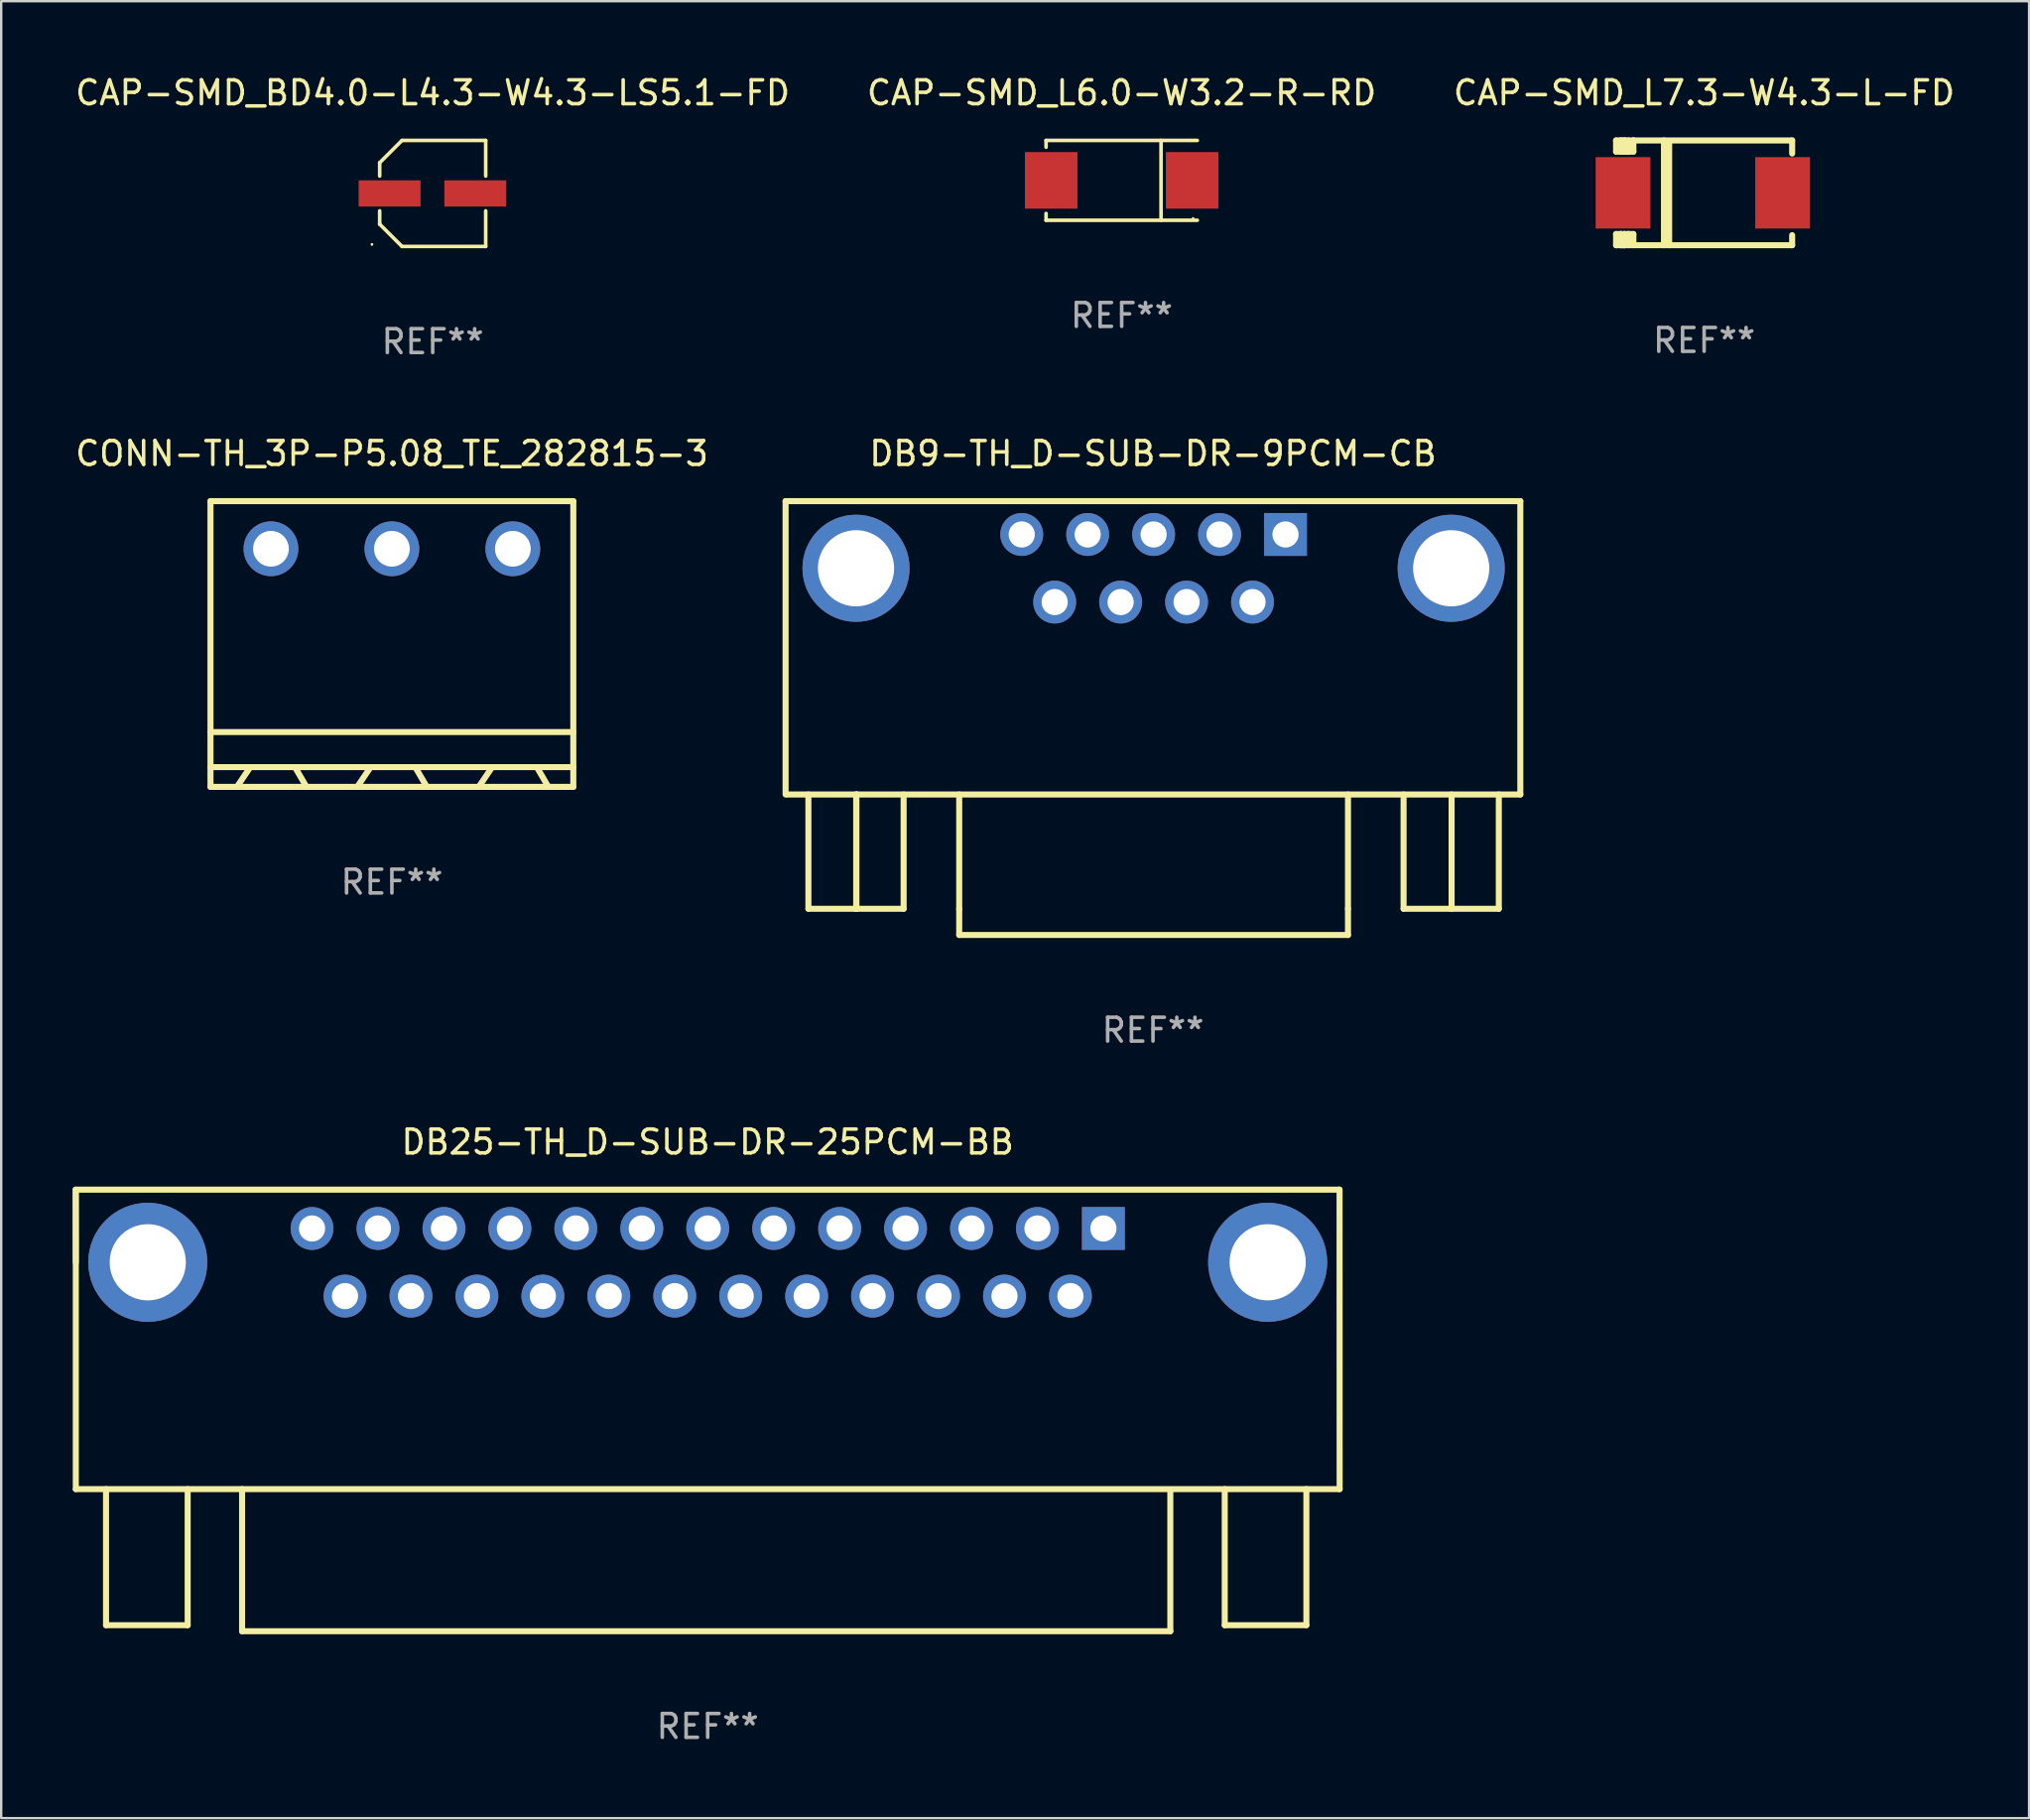
<source format=kicad_pcb>
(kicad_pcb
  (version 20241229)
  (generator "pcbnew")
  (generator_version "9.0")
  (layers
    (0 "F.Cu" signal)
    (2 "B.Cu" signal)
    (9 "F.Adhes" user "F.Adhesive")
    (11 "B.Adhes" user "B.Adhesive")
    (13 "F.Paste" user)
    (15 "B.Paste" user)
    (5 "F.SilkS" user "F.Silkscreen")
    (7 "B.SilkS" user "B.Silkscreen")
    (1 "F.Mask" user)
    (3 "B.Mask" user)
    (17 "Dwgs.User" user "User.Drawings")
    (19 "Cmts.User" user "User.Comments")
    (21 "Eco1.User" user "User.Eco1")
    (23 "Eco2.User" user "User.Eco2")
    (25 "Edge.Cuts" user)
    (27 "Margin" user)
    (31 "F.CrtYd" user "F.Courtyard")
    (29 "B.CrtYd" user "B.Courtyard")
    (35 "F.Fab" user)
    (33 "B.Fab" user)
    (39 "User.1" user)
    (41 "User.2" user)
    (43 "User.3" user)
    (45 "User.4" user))
  (footprint "DB9-TH_D-SUB-DR-9PCM-CB"
    (layer "F.Cu")
    (at 45.406 20.815)
    (property "Reference" "DB9-TH_D-SUB-DR-9PCM-CB" (at -0.026 -4.819 0) (layer "F.SilkS") (effects (font (size 1 1) (thickness 0.15))))
    (attr through_hole)
    (fp_line (start -15.458 -2.819) (end 15.403 -2.819) (stroke (width 0.254) (type solid)) (layer "F.SilkS"))
    (fp_line (start -15.458 9.5) (end -15.458 -2.819) (stroke (width 0.254) (type solid)) (layer "F.SilkS"))
    (fp_line (start -14.5 14.3) (end -14.5 9.5) (stroke (width 0.254) (type solid)) (layer "F.SilkS"))
    (fp_line (start -14.5 14.3) (end -10.5 14.3) (stroke (width 0.254) (type solid)) (layer "F.SilkS"))
    (fp_line (start -12.493 9.5) (end -12.493 14.3) (stroke (width 0.254) (type solid)) (layer "F.SilkS"))
    (fp_line (start -12.483 9.5) (end -12.483 14.3) (stroke (width 0.254) (type solid)) (layer "F.SilkS"))
    (fp_line (start -12.474 9.5) (end -12.493 9.5) (stroke (width 0.254) (type solid)) (layer "F.SilkS"))
    (fp_line (start -10.5 14.3) (end -10.5 9.5) (stroke (width 0.254) (type solid)) (layer "F.SilkS"))
    (fp_line (start -8.165 14.3) (end -8.165 9.5) (stroke (width 0.254) (type solid)) (layer "F.SilkS"))
    (fp_line (start -8.165 14.3) (end -8.165 15.4) (stroke (width 0.254) (type solid)) (layer "F.SilkS"))
    (fp_line (start -8.165 15.4) (end 8.165 15.4) (stroke (width 0.254) (type solid)) (layer "F.SilkS"))
    (fp_line (start 8.165 14.3) (end 8.165 9.5) (stroke (width 0.254) (type solid)) (layer "F.SilkS"))
    (fp_line (start 8.165 14.3) (end 8.165 15.4) (stroke (width 0.254) (type solid)) (layer "F.SilkS"))
    (fp_line (start 10.5 14.3) (end 10.5 9.5) (stroke (width 0.254) (type solid)) (layer "F.SilkS"))
    (fp_line (start 10.5 14.3) (end 14.5 14.3) (stroke (width 0.254) (type solid)) (layer "F.SilkS"))
    (fp_line (start 12.517 9.5) (end 12.517 14.3) (stroke (width 0.254) (type solid)) (layer "F.SilkS"))
    (fp_line (start 14.5 14.3) (end 14.5 9.5) (stroke (width 0.254) (type solid)) (layer "F.SilkS"))
    (fp_line (start 15.403 -2.819) (end 15.403 9.5) (stroke (width 0.254) (type solid)) (layer "F.SilkS"))
    (fp_line (start 15.405 9.5) (end -15.405 9.5) (stroke (width 0.254) (type solid)) (layer "F.SilkS"))
    (fp_circle (center 15.405 -2.85) (end 15.435 -2.85) (stroke (width 0.06) (type solid)) (fill no) (layer "F.SilkS"))
    (fp_text user "REF**" (at -0.026 19.4 0) (layer "F.Fab") (effects (font (size 1 1) (thickness 0.15))))
    (pad "1" thru_hole rect (at 5.54 -1.42) (size 1.8 1.8) (drill 1.1) (layers "*.Cu" "*.Mask"))
    (pad "2" thru_hole circle (at 2.77 -1.42) (size 1.8 1.8) (drill 1.1) (layers "*.Cu" "*.Mask"))
    (pad "3" thru_hole circle (at 0.000127 -1.42) (size 1.8 1.8) (drill 1.1) (layers "*.Cu" "*.Mask"))
    (pad "4" thru_hole circle (at -2.77 -1.42) (size 1.8 1.8) (drill 1.1) (layers "*.Cu" "*.Mask"))
    (pad "5" thru_hole circle (at -5.54 -1.42) (size 1.8 1.8) (drill 1.1) (layers "*.Cu" "*.Mask"))
    (pad "6" thru_hole circle (at 4.155 1.42) (size 1.8 1.8) (drill 1.1) (layers "*.Cu" "*.Mask"))
    (pad "7" thru_hole circle (at 1.385 1.42) (size 1.8 1.8) (drill 1.1) (layers "*.Cu" "*.Mask"))
    (pad "8" thru_hole circle (at -1.385 1.42) (size 1.8 1.8) (drill 1.1) (layers "*.Cu" "*.Mask"))
    (pad "9" thru_hole circle (at -4.155 1.42) (size 1.8 1.8) (drill 1.1) (layers "*.Cu" "*.Mask"))
    (pad "10" thru_hole circle (at -12.5 0.000127) (size 4.5 4.5) (drill 3.2) (layers "*.Cu" "*.Mask"))
    (pad "11" thru_hole circle (at 12.5 0.000127) (size 4.5 4.5) (drill 3.2) (layers "*.Cu" "*.Mask")))
  (footprint "DB25-TH_D-SUB-DR-25PCM-BB"
    (layer "F.Cu")
    (at 26.677 49.961)
    (property "Reference" "DB25-TH_D-SUB-DR-25PCM-BB" (at -0.003 -5.05 0) (layer "F.SilkS") (effects (font (size 1 1) (thickness 0.15))))
    (attr through_hole)
    (fp_line (start -26.55 -3.05) (end 26.536 -3.05) (stroke (width 0.254) (type solid)) (layer "F.SilkS"))
    (fp_line (start -26.543 0) (end -26.55 -3.05) (stroke (width 0.254) (type solid)) (layer "F.SilkS"))
    (fp_line (start -26.543 9.525) (end -26.543 -2.921) (stroke (width 0.254) (type solid)) (layer "F.SilkS"))
    (fp_line (start -25.273 9.525) (end -25.273 15.24) (stroke (width 0.254) (type solid)) (layer "F.SilkS"))
    (fp_line (start -25.273 15.24) (end -21.844 15.24) (stroke (width 0.254) (type solid)) (layer "F.SilkS"))
    (fp_line (start -21.844 15.24) (end -21.844 9.525) (stroke (width 0.254) (type solid)) (layer "F.SilkS"))
    (fp_line (start -19.558 9.525) (end -19.558 15.494) (stroke (width 0.254) (type solid)) (layer "F.SilkS"))
    (fp_line (start -19.558 15.494) (end 19.431 15.494) (stroke (width 0.254) (type solid)) (layer "F.SilkS"))
    (fp_line (start 19.431 15.494) (end 19.431 9.652) (stroke (width 0.254) (type solid)) (layer "F.SilkS"))
    (fp_line (start 21.717 15.24) (end 21.717 9.525) (stroke (width 0.254) (type solid)) (layer "F.SilkS"))
    (fp_line (start 25.146 9.525) (end 25.146 15.24) (stroke (width 0.254) (type solid)) (layer "F.SilkS"))
    (fp_line (start 25.146 15.24) (end 21.717 15.24) (stroke (width 0.254) (type solid)) (layer "F.SilkS"))
    (fp_line (start 26.54 -3.05) (end 26.543 9.525) (stroke (width 0.254) (type solid)) (layer "F.SilkS"))
    (fp_line (start 26.543 9.525) (end -26.543 9.525) (stroke (width 0.254) (type solid)) (layer "F.SilkS"))
    (fp_circle (center 26.5 -3.12) (end 26.53 -3.12) (stroke (width 0.06) (type solid)) (fill no) (layer "F.SilkS"))
    (fp_text user "REF**" (at -0.003 19.494 0) (layer "F.Fab") (effects (font (size 1 1) (thickness 0.15))))
    (pad "1" thru_hole rect (at 16.62 -1.42) (size 1.8 1.8) (drill 1.1) (layers "*.Cu" "*.Mask"))
    (pad "2" thru_hole circle (at 13.85 -1.42) (size 1.8 1.8) (drill 1.1) (layers "*.Cu" "*.Mask"))
    (pad "3" thru_hole circle (at 11.08 -1.42) (size 1.8 1.8) (drill 1.1) (layers "*.Cu" "*.Mask"))
    (pad "4" thru_hole circle (at 8.31 -1.42) (size 1.8 1.8) (drill 1.1) (layers "*.Cu" "*.Mask"))
    (pad "5" thru_hole circle (at 5.54 -1.42) (size 1.8 1.8) (drill 1.1) (layers "*.Cu" "*.Mask"))
    (pad "6" thru_hole circle (at 2.77 -1.42) (size 1.8 1.8) (drill 1.1) (layers "*.Cu" "*.Mask"))
    (pad "7" thru_hole circle (at 0.000025 -1.42) (size 1.8 1.8) (drill 1.1) (layers "*.Cu" "*.Mask"))
    (pad "8" thru_hole circle (at -2.77 -1.42) (size 1.8 1.8) (drill 1.1) (layers "*.Cu" "*.Mask"))
    (pad "9" thru_hole circle (at -5.54 -1.42) (size 1.8 1.8) (drill 1.1) (layers "*.Cu" "*.Mask"))
    (pad "10" thru_hole circle (at -8.31 -1.42) (size 1.8 1.8) (drill 1.1) (layers "*.Cu" "*.Mask"))
    (pad "11" thru_hole circle (at -11.08 -1.42) (size 1.8 1.8) (drill 1.1) (layers "*.Cu" "*.Mask"))
    (pad "12" thru_hole circle (at -13.85 -1.42) (size 1.8 1.8) (drill 1.1) (layers "*.Cu" "*.Mask"))
    (pad "13" thru_hole circle (at -16.62 -1.42) (size 1.8 1.8) (drill 1.1) (layers "*.Cu" "*.Mask"))
    (pad "14" thru_hole circle (at 15.235 1.42) (size 1.8 1.8) (drill 1.1) (layers "*.Cu" "*.Mask"))
    (pad "15" thru_hole circle (at 12.465 1.42) (size 1.8 1.8) (drill 1.1) (layers "*.Cu" "*.Mask"))
    (pad "16" thru_hole circle (at 9.695 1.42) (size 1.8 1.8) (drill 1.1) (layers "*.Cu" "*.Mask"))
    (pad "17" thru_hole circle (at 6.925 1.42) (size 1.8 1.8) (drill 1.1) (layers "*.Cu" "*.Mask"))
    (pad "18" thru_hole circle (at 4.155 1.42) (size 1.8 1.8) (drill 1.1) (layers "*.Cu" "*.Mask"))
    (pad "19" thru_hole circle (at 1.385 1.42) (size 1.8 1.8) (drill 1.1) (layers "*.Cu" "*.Mask"))
    (pad "20" thru_hole circle (at -1.385 1.42) (size 1.8 1.8) (drill 1.1) (layers "*.Cu" "*.Mask"))
    (pad "21" thru_hole circle (at -4.155 1.42) (size 1.8 1.8) (drill 1.1) (layers "*.Cu" "*.Mask"))
    (pad "22" thru_hole circle (at -6.925 1.42) (size 1.8 1.8) (drill 1.1) (layers "*.Cu" "*.Mask"))
    (pad "23" thru_hole circle (at -9.695 1.42) (size 1.8 1.8) (drill 1.1) (layers "*.Cu" "*.Mask"))
    (pad "24" thru_hole circle (at -12.465 1.42) (size 1.8 1.8) (drill 1.1) (layers "*.Cu" "*.Mask"))
    (pad "25" thru_hole circle (at -15.235 1.42) (size 1.8 1.8) (drill 1.1) (layers "*.Cu" "*.Mask"))
    (pad "26" thru_hole circle (at 23.52 0.000127) (size 5 5) (drill 3.2) (layers "*.Cu" "*.Mask"))
    (pad "27" thru_hole circle (at -23.52 0.000127) (size 5 5) (drill 3.2) (layers "*.Cu" "*.Mask")))
  (footprint "CAP-SMD_BD4.0-L4.3-W4.3-LS5.1-FD"
    (layer "F.Cu")
    (at 15.115 5.074)
    (property "Reference" "CAP-SMD_BD4.0-L4.3-W4.3-LS5.1-FD" (at 0.01 -4.226 0) (layer "F.SilkS") (effects (font (size 1 1) (thickness 0.15))))
    (attr smd)
    (fp_line (start -2.217 -1.29) (end -2.217 -0.73) (stroke (width 0.152) (type solid)) (layer "F.SilkS"))
    (fp_line (start -2.217 0.73) (end -2.217 1.29) (stroke (width 0.152) (type solid)) (layer "F.SilkS"))
    (fp_line (start -2.217 1.29) (end -2.217 1.29) (stroke (width 0.152) (type solid)) (layer "F.SilkS"))
    (fp_line (start -1.28 -2.226) (end -2.217 -1.29) (stroke (width 0.152) (type solid)) (layer "F.SilkS"))
    (fp_line (start -1.28 2.225) (end -2.217 1.29) (stroke (width 0.152) (type solid)) (layer "F.SilkS"))
    (fp_line (start 2.236 -2.226) (end -1.28 -2.226) (stroke (width 0.152) (type solid)) (layer "F.SilkS"))
    (fp_line (start 2.236 -0.73) (end 2.236 -2.226) (stroke (width 0.152) (type solid)) (layer "F.SilkS"))
    (fp_line (start 2.236 2.225) (end -1.28 2.225) (stroke (width 0.152) (type solid)) (layer "F.SilkS"))
    (fp_line (start 2.236 2.225) (end 2.236 0.73) (stroke (width 0.152) (type solid)) (layer "F.SilkS"))
    (fp_circle (center -2.541 2.141) (end -2.511 2.141) (stroke (width 0.06) (type solid)) (fill no) (layer "F.SilkS"))
    (fp_text user "REF**" (at 0.01 6.225 0) (layer "F.Fab") (effects (font (size 1 1) (thickness 0.15))))
    (pad "1" smd rect (at -1.8 0) (size 2.6 1.1) (layers "F.Cu" "F.Mask" "F.Paste"))
    (pad "2" smd rect (at 1.8 0) (size 2.6 1.1) (layers "F.Cu" "F.Mask" "F.Paste")))
  (footprint "CONN-TH_3P-P5.08_TE_282815-3"
    (layer "F.Cu")
    (at 13.411 19.996)
    (property "Reference" "CONN-TH_3P-P5.08_TE_282815-3" (at 0 -4 0) (layer "F.SilkS") (effects (font (size 1 1) (thickness 0.15))))
    (attr through_hole)
    (fp_line (start -7.62 -2) (end 7.62 -2) (stroke (width 0.254) (type solid)) (layer "F.SilkS"))
    (fp_line (start -7.62 7.698) (end 7.62 7.698) (stroke (width 0.254) (type solid)) (layer "F.SilkS"))
    (fp_line (start -7.62 9.171) (end 7.62 9.171) (stroke (width 0.254) (type solid)) (layer "F.SilkS"))
    (fp_line (start -7.62 10) (end -7.62 -2) (stroke (width 0.254) (type solid)) (layer "F.SilkS"))
    (fp_line (start -7.62 10) (end 7.62 10) (stroke (width 0.254) (type solid)) (layer "F.SilkS"))
    (fp_line (start -5.951 9.171) (end -6.51 10) (stroke (width 0.254) (type solid)) (layer "F.SilkS"))
    (fp_line (start -4.071 9.171) (end -3.589 10) (stroke (width 0.254) (type solid)) (layer "F.SilkS"))
    (fp_line (start -0.896 9.171) (end -1.455 10) (stroke (width 0.254) (type solid)) (layer "F.SilkS"))
    (fp_line (start 0.983 9.171) (end 1.466 10) (stroke (width 0.254) (type solid)) (layer "F.SilkS"))
    (fp_line (start 4.209 9.171) (end 3.65 10) (stroke (width 0.254) (type solid)) (layer "F.SilkS"))
    (fp_line (start 6.089 9.171) (end 6.571 10) (stroke (width 0.254) (type solid)) (layer "F.SilkS"))
    (fp_line (start 7.62 10) (end 7.62 -2) (stroke (width 0.254) (type solid)) (layer "F.SilkS"))
    (fp_text user "REF**" (at 0 14 0) (layer "F.Fab") (effects (font (size 1 1) (thickness 0.15))))
    (pad "1" thru_hole circle (at -5.08 0) (size 2.3 2.3) (drill 1.5) (layers "*.Cu" "*.Mask"))
    (pad "2" thru_hole circle (at 0 0) (size 2.3 2.3) (drill 1.5) (layers "*.Cu" "*.Mask"))
    (pad "3" thru_hole circle (at 5.08 0) (size 2.3 2.3) (drill 1.5) (layers "*.Cu" "*.Mask")))
  (footprint "CAP-SMD_L6.0-W3.2-R-RD"
    (layer "F.Cu")
    (at 44.065 4.524)
    (property "Reference" "CAP-SMD_L6.0-W3.2-R-RD" (at 0 -3.676 0) (layer "F.SilkS") (effects (font (size 1 1) (thickness 0.15))))
    (attr smd)
    (fp_line (start -3.176 -1.676) (end -3.176 -1.391) (stroke (width 0.152) (type solid)) (layer "F.SilkS"))
    (fp_line (start -3.176 -1.676) (end 3.176 -1.676) (stroke (width 0.152) (type solid)) (layer "F.SilkS"))
    (fp_line (start -3.176 1.676) (end -3.176 1.391) (stroke (width 0.152) (type solid)) (layer "F.SilkS"))
    (fp_line (start -3.176 1.676) (end 3.176 1.676) (stroke (width 0.152) (type solid)) (layer "F.SilkS"))
    (fp_line (start 1.654 -1.676) (end 1.654 1.676) (stroke (width 0.152) (type solid)) (layer "F.SilkS"))
    (fp_circle (center 3 1.6) (end 3.03 1.6) (stroke (width 0.06) (type solid)) (fill no) (layer "F.SilkS"))
    (fp_text user "REF**" (at 0 5.676 0) (layer "F.Fab") (effects (font (size 1 1) (thickness 0.15))))
    (pad "1" smd rect (at 2.961 0) (size 2.207 2.376) (layers "F.Cu" "F.Mask" "F.Paste"))
    (pad "2" smd rect (at -2.961 0) (size 2.207 2.376) (layers "F.Cu" "F.Mask" "F.Paste")))
  (footprint "CAP-SMD_L7.3-W4.3-L-FD"
    (layer "F.Cu")
    (at 68.475 5.048)
    (property "Reference" "CAP-SMD_L7.3-W4.3-L-FD" (at 0.055 -4.2 0) (layer "F.SilkS") (effects (font (size 1 1) (thickness 0.15))))
    (attr smd)
    (fp_line (start -3.643 -2.2) (end -3.448 -2.2) (stroke (width 0.254) (type solid)) (layer "F.SilkS"))
    (fp_line (start -3.643 -1.731) (end -3.643 -2.2) (stroke (width 0.254) (type solid)) (layer "F.SilkS"))
    (fp_line (start -3.643 -1.731) (end -3.448 -1.731) (stroke (width 0.254) (type solid)) (layer "F.SilkS"))
    (fp_line (start -3.643 1.731) (end -3.448 1.731) (stroke (width 0.254) (type solid)) (layer "F.SilkS"))
    (fp_line (start -3.643 2.2) (end -3.643 1.731) (stroke (width 0.254) (type solid)) (layer "F.SilkS"))
    (fp_line (start -3.605 2.2) (end -3.643 2.2) (stroke (width 0.254) (type solid)) (layer "F.SilkS"))
    (fp_line (start -3.605 2.2) (end -3.292 2.2) (stroke (width 0.254) (type solid)) (layer "F.SilkS"))
    (fp_line (start -3.448 -2.2) (end 3.752 -2.2) (stroke (width 0.254) (type solid)) (layer "F.SilkS"))
    (fp_line (start -3.448 -1.731) (end -3.448 -2.2) (stroke (width 0.254) (type solid)) (layer "F.SilkS"))
    (fp_line (start -3.448 1.731) (end -3.448 1.778) (stroke (width 0.254) (type solid)) (layer "F.SilkS"))
    (fp_line (start -3.448 1.731) (end -3.123 1.731) (stroke (width 0.254) (type solid)) (layer "F.SilkS"))
    (fp_line (start -3.448 1.778) (end -3.448 1.731) (stroke (width 0.254) (type solid)) (layer "F.SilkS"))
    (fp_line (start -3.448 2.2) (end -3.448 1.778) (stroke (width 0.254) (type solid)) (layer "F.SilkS"))
    (fp_line (start -3.448 2.2) (end 3.752 2.2) (stroke (width 0.254) (type solid)) (layer "F.SilkS"))
    (fp_line (start -3.312 -2.2) (end -3.312 -1.731) (stroke (width 0.254) (type solid)) (layer "F.SilkS"))
    (fp_line (start -3.292 1.731) (end -3.292 2.2) (stroke (width 0.254) (type solid)) (layer "F.SilkS"))
    (fp_line (start -3.292 2.2) (end -3.292 2.2) (stroke (width 0.254) (type solid)) (layer "F.SilkS"))
    (fp_line (start -3.277 1.731) (end -3.292 1.731) (stroke (width 0.254) (type solid)) (layer "F.SilkS"))
    (fp_line (start -3.249 -2.2) (end -3.312 -2.2) (stroke (width 0.254) (type solid)) (layer "F.SilkS"))
    (fp_line (start -3.125 -1.731) (end -3.125 -1.731) (stroke (width 0.254) (type solid)) (layer "F.SilkS"))
    (fp_line (start -3.125 1.731) (end -3.125 2.2) (stroke (width 0.254) (type solid)) (layer "F.SilkS"))
    (fp_line (start -3.123 -1.731) (end -3.448 -1.731) (stroke (width 0.254) (type solid)) (layer "F.SilkS"))
    (fp_line (start -3.123 -1.731) (end -3.125 -1.731) (stroke (width 0.254) (type solid)) (layer "F.SilkS"))
    (fp_line (start -3.123 -1.731) (end -3.123 -2.2) (stroke (width 0.254) (type solid)) (layer "F.SilkS"))
    (fp_line (start -3.123 1.731) (end -3.123 1.731) (stroke (width 0.254) (type solid)) (layer "F.SilkS"))
    (fp_line (start -2.917 -2.2) (end -2.917 -1.731) (stroke (width 0.254) (type solid)) (layer "F.SilkS"))
    (fp_line (start -2.917 -1.731) (end -3.448 -1.731) (stroke (width 0.254) (type solid)) (layer "F.SilkS"))
    (fp_line (start -2.917 1.731) (end -3.125 1.731) (stroke (width 0.254) (type solid)) (layer "F.SilkS"))
    (fp_line (start -2.917 1.731) (end -2.917 2.2) (stroke (width 0.254) (type solid)) (layer "F.SilkS"))
    (fp_line (start -2.902 -2.2) (end -2.917 -2.2) (stroke (width 0.254) (type solid)) (layer "F.SilkS"))
    (fp_line (start -1.632 -2.2) (end -1.632 2.2) (stroke (width 0.254) (type solid)) (layer "F.SilkS"))
    (fp_line (start -1.414 -2.159) (end -1.414 2.2) (stroke (width 0.254) (type solid)) (layer "F.SilkS"))
    (fp_line (start -1.397 -2.159) (end -1.414 -2.159) (stroke (width 0.254) (type solid)) (layer "F.SilkS"))
    (fp_line (start 3.752 -2.2) (end 3.752 -1.651) (stroke (width 0.254) (type solid)) (layer "F.SilkS"))
    (fp_line (start 3.752 2.2) (end 3.752 1.778) (stroke (width 0.254) (type solid)) (layer "F.SilkS"))
    (fp_circle (center -3.498 2.15) (end -3.468 2.15) (stroke (width 0.06) (type solid)) (fill no) (layer "F.SilkS"))
    (fp_text user "REF**" (at 0.055 6.2 0) (layer "F.Fab") (effects (font (size 1 1) (thickness 0.15))))
    (pad "1" smd rect (at -3.352 0) (size 2.3 3) (layers "F.Cu" "F.Mask" "F.Paste"))
    (pad "2" smd rect (at 3.352 0) (size 2.3 3) (layers "F.Cu" "F.Mask" "F.Paste")))
  (gr_rect
    (start -3 -3)
    (end 82.179 73.304)
    (stroke (width 0.1) (type default))
    (fill no)
    (layer "Edge.Cuts")))
</source>
